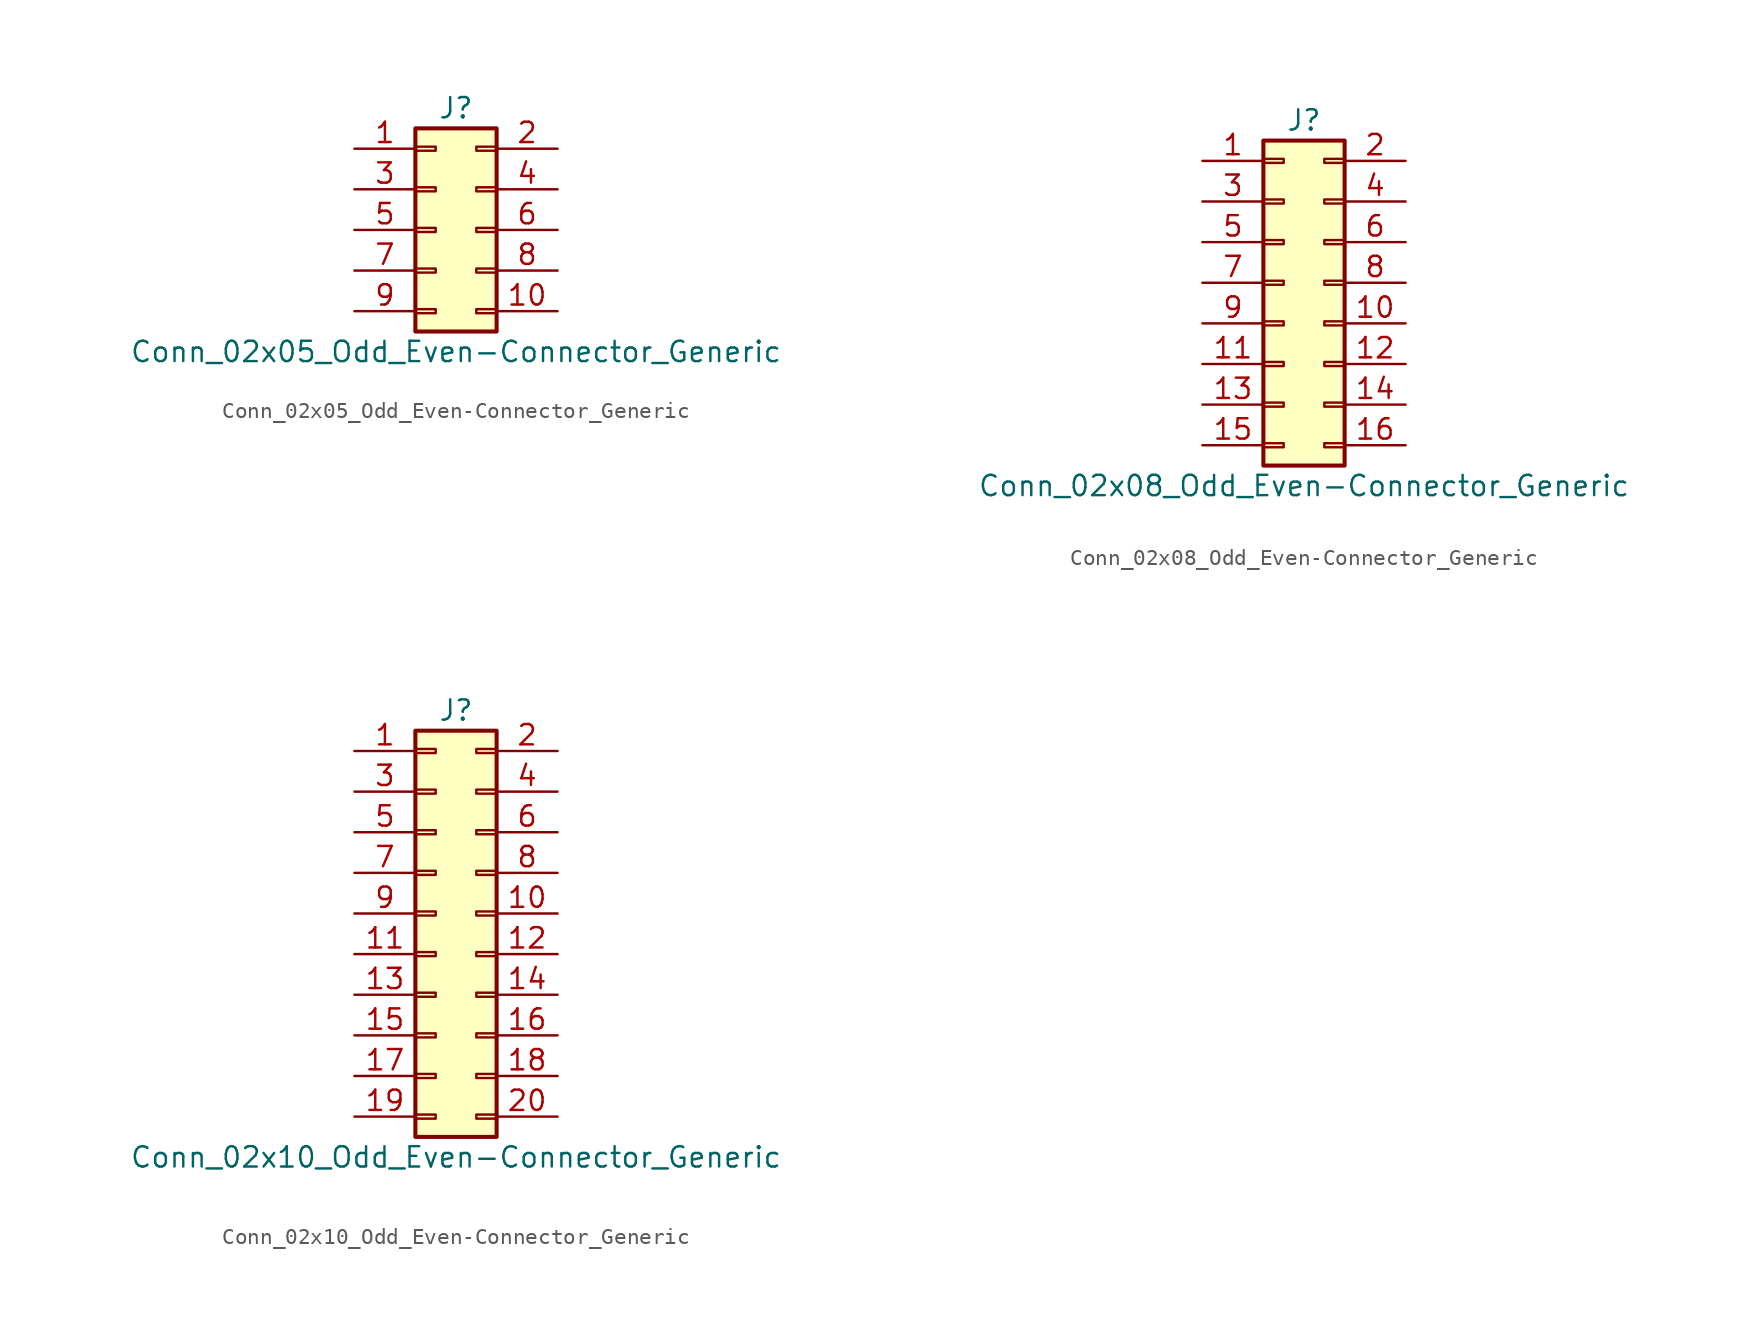
<source format=kicad_sym>
(kicad_symbol_lib
  (version 20210619)
  (generator kicad_symbol_editor)
  (symbol "ads131:Conn_02x05_Odd_Even-Connector_Generic"
    (pin_names
      (offset 1.016) hide)
    (property "Reference" "J"
      (at 1.27 7.62 0)
      (effects (font (size 1.27 1.27))))
    (property "Value" "Conn_02x05_Odd_Even-Connector_Generic"
      (at 1.27 -7.62 0)
      (effects (font (size 1.27 1.27))))
    (symbol "Conn_02x05_Odd_Even-Connector_Generic_1_1"
      (rectangle (start -1.27 -4.953) (end 0 -5.207) (stroke (width 0.152)) (fill (type none)))
      (rectangle (start -1.27 -2.413) (end 0 -2.667) (stroke (width 0.152)) (fill (type none)))
      (rectangle (start -1.27 0.127) (end 0 -0.127) (stroke (width 0.152)) (fill (type none)))
      (rectangle (start -1.27 2.667) (end 0 2.413) (stroke (width 0.152)) (fill (type none)))
      (rectangle (start -1.27 5.207) (end 0 4.953) (stroke (width 0.152)) (fill (type none)))
      (rectangle (start 3.81 -4.953) (end 2.54 -5.207) (stroke (width 0.152)) (fill (type none)))
      (rectangle (start 3.81 -2.413) (end 2.54 -2.667) (stroke (width 0.152)) (fill (type none)))
      (rectangle (start 3.81 0.127) (end 2.54 -0.127) (stroke (width 0.152)) (fill (type none)))
      (rectangle (start 3.81 2.667) (end 2.54 2.413) (stroke (width 0.152)) (fill (type none)))
      (rectangle (start 3.81 5.207) (end 2.54 4.953) (stroke (width 0.152)) (fill (type none)))
      (rectangle (start -1.27 6.35) (end 3.81 -6.35) (stroke (width 0.254)) (fill (type background)))
      (pin passive line (at -5.08 5.08 0) (length 3.81) (name "Pin_1" (effects (font (size 1.27 1.27)))) (number "1" (effects (font (size 1.27 1.27)))))
      (pin passive line (at 7.62 -5.08 180) (length 3.81) (name "Pin_10" (effects (font (size 1.27 1.27)))) (number "10" (effects (font (size 1.27 1.27)))))
      (pin passive line (at 7.62 5.08 180) (length 3.81) (name "Pin_2" (effects (font (size 1.27 1.27)))) (number "2" (effects (font (size 1.27 1.27)))))
      (pin passive line (at -5.08 2.54 0) (length 3.81) (name "Pin_3" (effects (font (size 1.27 1.27)))) (number "3" (effects (font (size 1.27 1.27)))))
      (pin passive line (at 7.62 2.54 180) (length 3.81) (name "Pin_4" (effects (font (size 1.27 1.27)))) (number "4" (effects (font (size 1.27 1.27)))))
      (pin passive line (at -5.08 0 0) (length 3.81) (name "Pin_5" (effects (font (size 1.27 1.27)))) (number "5" (effects (font (size 1.27 1.27)))))
      (pin passive line (at 7.62 0 180) (length 3.81) (name "Pin_6" (effects (font (size 1.27 1.27)))) (number "6" (effects (font (size 1.27 1.27)))))
      (pin passive line (at -5.08 -2.54 0) (length 3.81) (name "Pin_7" (effects (font (size 1.27 1.27)))) (number "7" (effects (font (size 1.27 1.27)))))
      (pin passive line (at 7.62 -2.54 180) (length 3.81) (name "Pin_8" (effects (font (size 1.27 1.27)))) (number "8" (effects (font (size 1.27 1.27)))))
      (pin passive line (at -5.08 -5.08 0) (length 3.81) (name "Pin_9" (effects (font (size 1.27 1.27)))) (number "9" (effects (font (size 1.27 1.27)))))))
  (symbol "ads131:Conn_02x08_Odd_Even-Connector_Generic"
    (pin_names
      (offset 1.016) hide)
    (property "Reference" "J"
      (at 1.27 10.16 0)
      (effects (font (size 1.27 1.27))))
    (property "Value" "Conn_02x08_Odd_Even-Connector_Generic"
      (at 1.27 -12.7 0)
      (effects (font (size 1.27 1.27))))
    (symbol "Conn_02x08_Odd_Even-Connector_Generic_1_1"
      (rectangle (start -1.27 -10.033) (end 0 -10.287) (stroke (width 0.152)) (fill (type none)))
      (rectangle (start -1.27 -7.493) (end 0 -7.747) (stroke (width 0.152)) (fill (type none)))
      (rectangle (start -1.27 -4.953) (end 0 -5.207) (stroke (width 0.152)) (fill (type none)))
      (rectangle (start -1.27 -2.413) (end 0 -2.667) (stroke (width 0.152)) (fill (type none)))
      (rectangle (start -1.27 0.127) (end 0 -0.127) (stroke (width 0.152)) (fill (type none)))
      (rectangle (start -1.27 2.667) (end 0 2.413) (stroke (width 0.152)) (fill (type none)))
      (rectangle (start -1.27 5.207) (end 0 4.953) (stroke (width 0.152)) (fill (type none)))
      (rectangle (start -1.27 7.747) (end 0 7.493) (stroke (width 0.152)) (fill (type none)))
      (rectangle (start 3.81 -10.033) (end 2.54 -10.287) (stroke (width 0.152)) (fill (type none)))
      (rectangle (start 3.81 -7.493) (end 2.54 -7.747) (stroke (width 0.152)) (fill (type none)))
      (rectangle (start 3.81 -4.953) (end 2.54 -5.207) (stroke (width 0.152)) (fill (type none)))
      (rectangle (start 3.81 -2.413) (end 2.54 -2.667) (stroke (width 0.152)) (fill (type none)))
      (rectangle (start 3.81 0.127) (end 2.54 -0.127) (stroke (width 0.152)) (fill (type none)))
      (rectangle (start 3.81 2.667) (end 2.54 2.413) (stroke (width 0.152)) (fill (type none)))
      (rectangle (start 3.81 5.207) (end 2.54 4.953) (stroke (width 0.152)) (fill (type none)))
      (rectangle (start 3.81 7.747) (end 2.54 7.493) (stroke (width 0.152)) (fill (type none)))
      (rectangle (start -1.27 8.89) (end 3.81 -11.43) (stroke (width 0.254)) (fill (type background)))
      (pin passive line (at -5.08 7.62 0) (length 3.81) (name "Pin_1" (effects (font (size 1.27 1.27)))) (number "1" (effects (font (size 1.27 1.27)))))
      (pin passive line (at 7.62 -2.54 180) (length 3.81) (name "Pin_10" (effects (font (size 1.27 1.27)))) (number "10" (effects (font (size 1.27 1.27)))))
      (pin passive line (at -5.08 -5.08 0) (length 3.81) (name "Pin_11" (effects (font (size 1.27 1.27)))) (number "11" (effects (font (size 1.27 1.27)))))
      (pin passive line (at 7.62 -5.08 180) (length 3.81) (name "Pin_12" (effects (font (size 1.27 1.27)))) (number "12" (effects (font (size 1.27 1.27)))))
      (pin passive line (at -5.08 -7.62 0) (length 3.81) (name "Pin_13" (effects (font (size 1.27 1.27)))) (number "13" (effects (font (size 1.27 1.27)))))
      (pin passive line (at 7.62 -7.62 180) (length 3.81) (name "Pin_14" (effects (font (size 1.27 1.27)))) (number "14" (effects (font (size 1.27 1.27)))))
      (pin passive line (at -5.08 -10.16 0) (length 3.81) (name "Pin_15" (effects (font (size 1.27 1.27)))) (number "15" (effects (font (size 1.27 1.27)))))
      (pin passive line (at 7.62 -10.16 180) (length 3.81) (name "Pin_16" (effects (font (size 1.27 1.27)))) (number "16" (effects (font (size 1.27 1.27)))))
      (pin passive line (at 7.62 7.62 180) (length 3.81) (name "Pin_2" (effects (font (size 1.27 1.27)))) (number "2" (effects (font (size 1.27 1.27)))))
      (pin passive line (at -5.08 5.08 0) (length 3.81) (name "Pin_3" (effects (font (size 1.27 1.27)))) (number "3" (effects (font (size 1.27 1.27)))))
      (pin passive line (at 7.62 5.08 180) (length 3.81) (name "Pin_4" (effects (font (size 1.27 1.27)))) (number "4" (effects (font (size 1.27 1.27)))))
      (pin passive line (at -5.08 2.54 0) (length 3.81) (name "Pin_5" (effects (font (size 1.27 1.27)))) (number "5" (effects (font (size 1.27 1.27)))))
      (pin passive line (at 7.62 2.54 180) (length 3.81) (name "Pin_6" (effects (font (size 1.27 1.27)))) (number "6" (effects (font (size 1.27 1.27)))))
      (pin passive line (at -5.08 0 0) (length 3.81) (name "Pin_7" (effects (font (size 1.27 1.27)))) (number "7" (effects (font (size 1.27 1.27)))))
      (pin passive line (at 7.62 0 180) (length 3.81) (name "Pin_8" (effects (font (size 1.27 1.27)))) (number "8" (effects (font (size 1.27 1.27)))))
      (pin passive line (at -5.08 -2.54 0) (length 3.81) (name "Pin_9" (effects (font (size 1.27 1.27)))) (number "9" (effects (font (size 1.27 1.27)))))))
  (symbol "ads131:Conn_02x10_Odd_Even-Connector_Generic"
    (pin_names
      (offset 1.016) hide)
    (property "Reference" "J"
      (at 1.27 12.7 0)
      (effects (font (size 1.27 1.27))))
    (property "Value" "Conn_02x10_Odd_Even-Connector_Generic"
      (at 1.27 -15.24 0)
      (effects (font (size 1.27 1.27))))
    (symbol "Conn_02x10_Odd_Even-Connector_Generic_1_1"
      (rectangle (start -1.27 -12.573) (end 0 -12.827) (stroke (width 0.152)) (fill (type none)))
      (rectangle (start -1.27 -10.033) (end 0 -10.287) (stroke (width 0.152)) (fill (type none)))
      (rectangle (start -1.27 -7.493) (end 0 -7.747) (stroke (width 0.152)) (fill (type none)))
      (rectangle (start -1.27 -4.953) (end 0 -5.207) (stroke (width 0.152)) (fill (type none)))
      (rectangle (start -1.27 -2.413) (end 0 -2.667) (stroke (width 0.152)) (fill (type none)))
      (rectangle (start -1.27 0.127) (end 0 -0.127) (stroke (width 0.152)) (fill (type none)))
      (rectangle (start -1.27 2.667) (end 0 2.413) (stroke (width 0.152)) (fill (type none)))
      (rectangle (start -1.27 5.207) (end 0 4.953) (stroke (width 0.152)) (fill (type none)))
      (rectangle (start -1.27 7.747) (end 0 7.493) (stroke (width 0.152)) (fill (type none)))
      (rectangle (start -1.27 10.287) (end 0 10.033) (stroke (width 0.152)) (fill (type none)))
      (rectangle (start 3.81 -12.573) (end 2.54 -12.827) (stroke (width 0.152)) (fill (type none)))
      (rectangle (start 3.81 -10.033) (end 2.54 -10.287) (stroke (width 0.152)) (fill (type none)))
      (rectangle (start 3.81 -7.493) (end 2.54 -7.747) (stroke (width 0.152)) (fill (type none)))
      (rectangle (start 3.81 -4.953) (end 2.54 -5.207) (stroke (width 0.152)) (fill (type none)))
      (rectangle (start 3.81 -2.413) (end 2.54 -2.667) (stroke (width 0.152)) (fill (type none)))
      (rectangle (start 3.81 0.127) (end 2.54 -0.127) (stroke (width 0.152)) (fill (type none)))
      (rectangle (start 3.81 2.667) (end 2.54 2.413) (stroke (width 0.152)) (fill (type none)))
      (rectangle (start 3.81 5.207) (end 2.54 4.953) (stroke (width 0.152)) (fill (type none)))
      (rectangle (start 3.81 7.747) (end 2.54 7.493) (stroke (width 0.152)) (fill (type none)))
      (rectangle (start 3.81 10.287) (end 2.54 10.033) (stroke (width 0.152)) (fill (type none)))
      (rectangle (start -1.27 11.43) (end 3.81 -13.97) (stroke (width 0.254)) (fill (type background)))
      (pin passive line (at -5.08 10.16 0) (length 3.81) (name "Pin_1" (effects (font (size 1.27 1.27)))) (number "1" (effects (font (size 1.27 1.27)))))
      (pin passive line (at 7.62 0 180) (length 3.81) (name "Pin_10" (effects (font (size 1.27 1.27)))) (number "10" (effects (font (size 1.27 1.27)))))
      (pin passive line (at -5.08 -2.54 0) (length 3.81) (name "Pin_11" (effects (font (size 1.27 1.27)))) (number "11" (effects (font (size 1.27 1.27)))))
      (pin passive line (at 7.62 -2.54 180) (length 3.81) (name "Pin_12" (effects (font (size 1.27 1.27)))) (number "12" (effects (font (size 1.27 1.27)))))
      (pin passive line (at -5.08 -5.08 0) (length 3.81) (name "Pin_13" (effects (font (size 1.27 1.27)))) (number "13" (effects (font (size 1.27 1.27)))))
      (pin passive line (at 7.62 -5.08 180) (length 3.81) (name "Pin_14" (effects (font (size 1.27 1.27)))) (number "14" (effects (font (size 1.27 1.27)))))
      (pin passive line (at -5.08 -7.62 0) (length 3.81) (name "Pin_15" (effects (font (size 1.27 1.27)))) (number "15" (effects (font (size 1.27 1.27)))))
      (pin passive line (at 7.62 -7.62 180) (length 3.81) (name "Pin_16" (effects (font (size 1.27 1.27)))) (number "16" (effects (font (size 1.27 1.27)))))
      (pin passive line (at -5.08 -10.16 0) (length 3.81) (name "Pin_17" (effects (font (size 1.27 1.27)))) (number "17" (effects (font (size 1.27 1.27)))))
      (pin passive line (at 7.62 -10.16 180) (length 3.81) (name "Pin_18" (effects (font (size 1.27 1.27)))) (number "18" (effects (font (size 1.27 1.27)))))
      (pin passive line (at -5.08 -12.7 0) (length 3.81) (name "Pin_19" (effects (font (size 1.27 1.27)))) (number "19" (effects (font (size 1.27 1.27)))))
      (pin passive line (at 7.62 10.16 180) (length 3.81) (name "Pin_2" (effects (font (size 1.27 1.27)))) (number "2" (effects (font (size 1.27 1.27)))))
      (pin passive line (at 7.62 -12.7 180) (length 3.81) (name "Pin_20" (effects (font (size 1.27 1.27)))) (number "20" (effects (font (size 1.27 1.27)))))
      (pin passive line (at -5.08 7.62 0) (length 3.81) (name "Pin_3" (effects (font (size 1.27 1.27)))) (number "3" (effects (font (size 1.27 1.27)))))
      (pin passive line (at 7.62 7.62 180) (length 3.81) (name "Pin_4" (effects (font (size 1.27 1.27)))) (number "4" (effects (font (size 1.27 1.27)))))
      (pin passive line (at -5.08 5.08 0) (length 3.81) (name "Pin_5" (effects (font (size 1.27 1.27)))) (number "5" (effects (font (size 1.27 1.27)))))
      (pin passive line (at 7.62 5.08 180) (length 3.81) (name "Pin_6" (effects (font (size 1.27 1.27)))) (number "6" (effects (font (size 1.27 1.27)))))
      (pin passive line (at -5.08 2.54 0) (length 3.81) (name "Pin_7" (effects (font (size 1.27 1.27)))) (number "7" (effects (font (size 1.27 1.27)))))
      (pin passive line (at 7.62 2.54 180) (length 3.81) (name "Pin_8" (effects (font (size 1.27 1.27)))) (number "8" (effects (font (size 1.27 1.27)))))
      (pin passive line (at -5.08 0 0) (length 3.81) (name "Pin_9" (effects (font (size 1.27 1.27)))) (number "9" (effects (font (size 1.27 1.27))))))))
</source>
